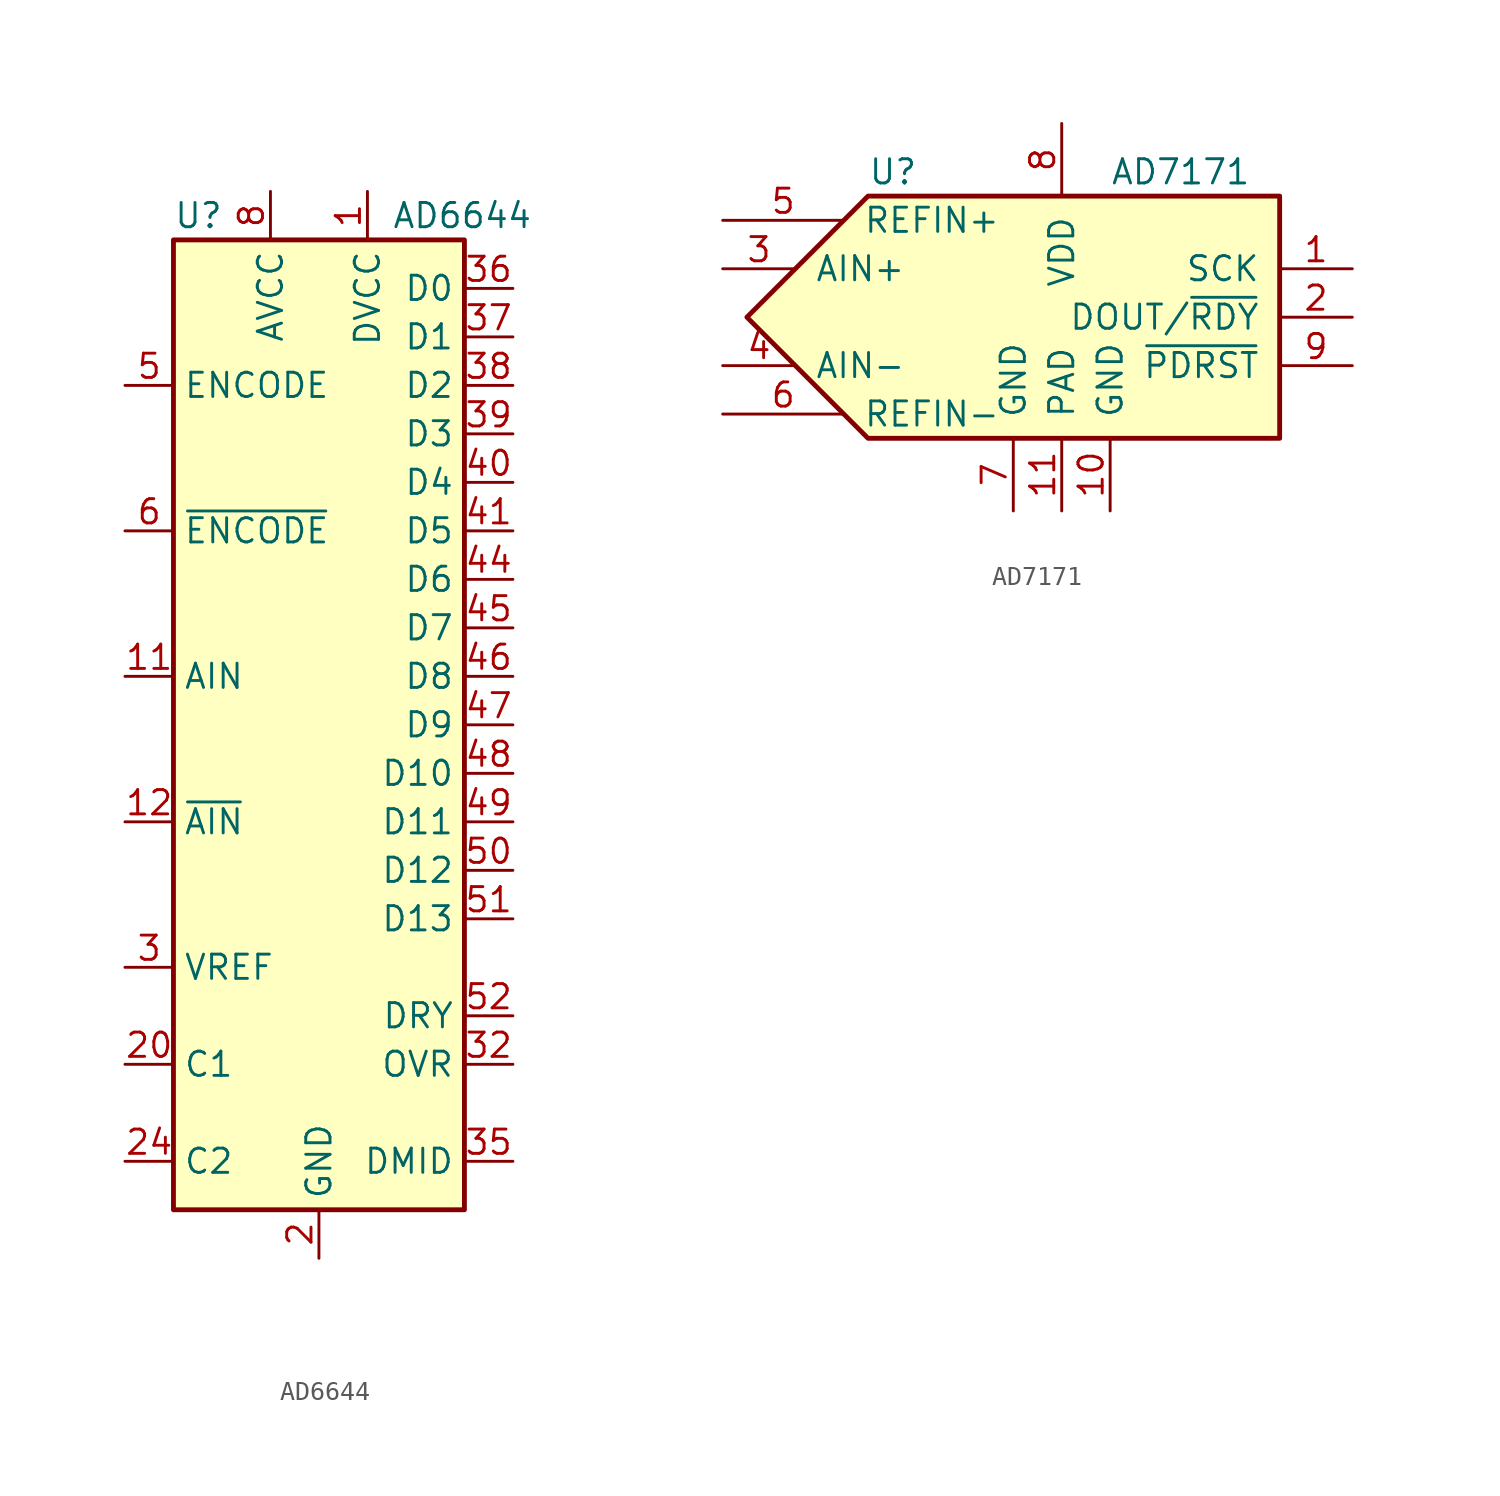
<source format=kicad_sym>
(kicad_symbol_lib
  (version 20201005)
  (generator kicad_symbol_editor)
  (symbol "Analog_ADC:AD6644"
    (property "Reference" "U"
      (at -7.62 26.67 0)
      (effects (font (size 1.27 1.27)) (justify left)))
    (property "Value" "AD6644"
      (at 3.81 26.67 0)
      (effects (font (size 1.27 1.27)) (justify left)))
    (symbol "AD6644_0_1"
      (rectangle (start -7.62 25.4) (end 7.62 -25.4) (stroke (width 0.254)) (fill (type background))))
    (symbol "AD6644_1_1"
      (pin power_in line (at 2.54 27.94 270) (length 2.54) (name "DVCC" (effects (font (size 1.27 1.27)))) (number "1" (effects (font (size 1.27 1.27)))))
      (pin passive line (at 0 -27.94 90) (length 2.54) hide (name "GND" (effects (font (size 1.27 1.27)))) (number "10" (effects (font (size 1.27 1.27)))))
      (pin input line (at -10.16 2.54 0) (length 2.54) (name "AIN" (effects (font (size 1.27 1.27)))) (number "11" (effects (font (size 1.27 1.27)))))
      (pin input line (at -10.16 -5.08 0) (length 2.54) (name "~AIN" (effects (font (size 1.27 1.27)))) (number "12" (effects (font (size 1.27 1.27)))))
      (pin passive line (at 0 -27.94 90) (length 2.54) hide (name "GND" (effects (font (size 1.27 1.27)))) (number "13" (effects (font (size 1.27 1.27)))))
      (pin passive line (at -2.54 27.94 270) (length 2.54) hide (name "AVCC" (effects (font (size 1.27 1.27)))) (number "14" (effects (font (size 1.27 1.27)))))
      (pin passive line (at 0 -27.94 90) (length 2.54) hide (name "GND" (effects (font (size 1.27 1.27)))) (number "15" (effects (font (size 1.27 1.27)))))
      (pin passive line (at -2.54 27.94 270) (length 2.54) hide (name "AVCC" (effects (font (size 1.27 1.27)))) (number "16" (effects (font (size 1.27 1.27)))))
      (pin passive line (at 0 -27.94 90) (length 2.54) hide (name "GND" (effects (font (size 1.27 1.27)))) (number "17" (effects (font (size 1.27 1.27)))))
      (pin passive line (at -2.54 27.94 270) (length 2.54) hide (name "AVCC" (effects (font (size 1.27 1.27)))) (number "18" (effects (font (size 1.27 1.27)))))
      (pin passive line (at 0 -27.94 90) (length 2.54) hide (name "GND" (effects (font (size 1.27 1.27)))) (number "19" (effects (font (size 1.27 1.27)))))
      (pin power_in line (at 0 -27.94 90) (length 2.54) (name "GND" (effects (font (size 1.27 1.27)))) (number "2" (effects (font (size 1.27 1.27)))))
      (pin passive line (at -10.16 -17.78 0) (length 2.54) (name "C1" (effects (font (size 1.27 1.27)))) (number "20" (effects (font (size 1.27 1.27)))))
      (pin passive line (at 0 -27.94 90) (length 2.54) hide (name "GND" (effects (font (size 1.27 1.27)))) (number "21" (effects (font (size 1.27 1.27)))))
      (pin passive line (at -2.54 27.94 270) (length 2.54) hide (name "AVCC" (effects (font (size 1.27 1.27)))) (number "22" (effects (font (size 1.27 1.27)))))
      (pin passive line (at 0 -27.94 90) (length 2.54) hide (name "GND" (effects (font (size 1.27 1.27)))) (number "23" (effects (font (size 1.27 1.27)))))
      (pin passive line (at -10.16 -22.86 0) (length 2.54) (name "C2" (effects (font (size 1.27 1.27)))) (number "24" (effects (font (size 1.27 1.27)))))
      (pin passive line (at 0 -27.94 90) (length 2.54) hide (name "GND" (effects (font (size 1.27 1.27)))) (number "25" (effects (font (size 1.27 1.27)))))
      (pin passive line (at -2.54 27.94 270) (length 2.54) hide (name "AVCC" (effects (font (size 1.27 1.27)))) (number "26" (effects (font (size 1.27 1.27)))))
      (pin passive line (at 0 -27.94 90) (length 2.54) hide (name "GND" (effects (font (size 1.27 1.27)))) (number "27" (effects (font (size 1.27 1.27)))))
      (pin passive line (at -2.54 27.94 270) (length 2.54) hide (name "AVCC" (effects (font (size 1.27 1.27)))) (number "28" (effects (font (size 1.27 1.27)))))
      (pin passive line (at 0 -27.94 90) (length 2.54) hide (name "GND" (effects (font (size 1.27 1.27)))) (number "29" (effects (font (size 1.27 1.27)))))
      (pin passive line (at -10.16 -12.7 0) (length 2.54) (name "VREF" (effects (font (size 1.27 1.27)))) (number "3" (effects (font (size 1.27 1.27)))))
      (pin passive line (at -2.54 27.94 270) (length 2.54) hide (name "AVCC" (effects (font (size 1.27 1.27)))) (number "30" (effects (font (size 1.27 1.27)))))
      (pin no_connect line (at 7.62 -12.7 180) (length 2.54) hide (name "DNC" (effects (font (size 1.27 1.27)))) (number "31" (effects (font (size 1.27 1.27)))))
      (pin output line (at 10.16 -17.78 180) (length 2.54) (name "OVR" (effects (font (size 1.27 1.27)))) (number "32" (effects (font (size 1.27 1.27)))))
      (pin passive line (at 2.54 27.94 270) (length 2.54) hide (name "DVCC" (effects (font (size 1.27 1.27)))) (number "33" (effects (font (size 1.27 1.27)))))
      (pin passive line (at 0 -27.94 90) (length 2.54) hide (name "GND" (effects (font (size 1.27 1.27)))) (number "34" (effects (font (size 1.27 1.27)))))
      (pin output line (at 10.16 -22.86 180) (length 2.54) (name "DMID" (effects (font (size 1.27 1.27)))) (number "35" (effects (font (size 1.27 1.27)))))
      (pin output line (at 10.16 22.86 180) (length 2.54) (name "D0" (effects (font (size 1.27 1.27)))) (number "36" (effects (font (size 1.27 1.27)))))
      (pin output line (at 10.16 20.32 180) (length 2.54) (name "D1" (effects (font (size 1.27 1.27)))) (number "37" (effects (font (size 1.27 1.27)))))
      (pin output line (at 10.16 17.78 180) (length 2.54) (name "D2" (effects (font (size 1.27 1.27)))) (number "38" (effects (font (size 1.27 1.27)))))
      (pin output line (at 10.16 15.24 180) (length 2.54) (name "D3" (effects (font (size 1.27 1.27)))) (number "39" (effects (font (size 1.27 1.27)))))
      (pin passive line (at 0 -27.94 90) (length 2.54) hide (name "GND" (effects (font (size 1.27 1.27)))) (number "4" (effects (font (size 1.27 1.27)))))
      (pin output line (at 10.16 12.7 180) (length 2.54) (name "D4" (effects (font (size 1.27 1.27)))) (number "40" (effects (font (size 1.27 1.27)))))
      (pin output line (at 10.16 10.16 180) (length 2.54) (name "D5" (effects (font (size 1.27 1.27)))) (number "41" (effects (font (size 1.27 1.27)))))
      (pin passive line (at 0 -27.94 90) (length 2.54) hide (name "GND" (effects (font (size 1.27 1.27)))) (number "42" (effects (font (size 1.27 1.27)))))
      (pin passive line (at 2.54 27.94 270) (length 2.54) hide (name "DVCC" (effects (font (size 1.27 1.27)))) (number "43" (effects (font (size 1.27 1.27)))))
      (pin output line (at 10.16 7.62 180) (length 2.54) (name "D6" (effects (font (size 1.27 1.27)))) (number "44" (effects (font (size 1.27 1.27)))))
      (pin output line (at 10.16 5.08 180) (length 2.54) (name "D7" (effects (font (size 1.27 1.27)))) (number "45" (effects (font (size 1.27 1.27)))))
      (pin output line (at 10.16 2.54 180) (length 2.54) (name "D8" (effects (font (size 1.27 1.27)))) (number "46" (effects (font (size 1.27 1.27)))))
      (pin output line (at 10.16 0 180) (length 2.54) (name "D9" (effects (font (size 1.27 1.27)))) (number "47" (effects (font (size 1.27 1.27)))))
      (pin output line (at 10.16 -2.54 180) (length 2.54) (name "D10" (effects (font (size 1.27 1.27)))) (number "48" (effects (font (size 1.27 1.27)))))
      (pin output line (at 10.16 -5.08 180) (length 2.54) (name "D11" (effects (font (size 1.27 1.27)))) (number "49" (effects (font (size 1.27 1.27)))))
      (pin input line (at -10.16 17.78 0) (length 2.54) (name "ENCODE" (effects (font (size 1.27 1.27)))) (number "5" (effects (font (size 1.27 1.27)))))
      (pin output line (at 10.16 -7.62 180) (length 2.54) (name "D12" (effects (font (size 1.27 1.27)))) (number "50" (effects (font (size 1.27 1.27)))))
      (pin output line (at 10.16 -10.16 180) (length 2.54) (name "D13" (effects (font (size 1.27 1.27)))) (number "51" (effects (font (size 1.27 1.27)))))
      (pin output line (at 10.16 -15.24 180) (length 2.54) (name "DRY" (effects (font (size 1.27 1.27)))) (number "52" (effects (font (size 1.27 1.27)))))
      (pin passive line (at 0 -27.94 90) (length 2.54) hide (name "GND" (effects (font (size 1.27 1.27)))) (number "53" (effects (font (size 1.27 1.27)))))
      (pin input line (at -10.16 10.16 0) (length 2.54) (name "~ENCODE" (effects (font (size 1.27 1.27)))) (number "6" (effects (font (size 1.27 1.27)))))
      (pin passive line (at 0 -27.94 90) (length 2.54) hide (name "GND" (effects (font (size 1.27 1.27)))) (number "7" (effects (font (size 1.27 1.27)))))
      (pin power_in line (at -2.54 27.94 270) (length 2.54) (name "AVCC" (effects (font (size 1.27 1.27)))) (number "8" (effects (font (size 1.27 1.27)))))
      (pin passive line (at -2.54 27.94 270) (length 2.54) hide (name "AVCC" (effects (font (size 1.27 1.27)))) (number "9" (effects (font (size 1.27 1.27)))))))
  (symbol "Analog_ADC:AD7171"
    (pin_names
      (offset 1.016))
    (property "Reference" "U"
      (at -10.16 7.62 0)
      (effects (font (size 1.27 1.27)) (justify left)))
    (property "Value" "AD7171"
      (at 2.54 7.62 0)
      (effects (font (size 1.27 1.27)) (justify left)))
    (symbol "AD7171_0_1"
      (polyline (pts (xy 11.43 6.35) (xy -10.16 6.35) (xy -16.51 0) (xy -10.16 -6.35) (xy 11.43 -6.35) (xy 11.43 6.35)) (stroke (width 0.254)) (fill (type background))))
    (symbol "AD7171_1_1"
      (pin input line (at 15.24 2.54 180) (length 3.81) (name "SCK" (effects (font (size 1.27 1.27)))) (number "1" (effects (font (size 1.27 1.27)))))
      (pin power_in line (at 2.54 -10.16 90) (length 3.81) (name "GND" (effects (font (size 1.27 1.27)))) (number "10" (effects (font (size 1.27 1.27)))))
      (pin power_in line (at 0 -10.16 90) (length 3.81) (name "PAD" (effects (font (size 1.27 1.27)))) (number "11" (effects (font (size 1.27 1.27)))))
      (pin tri_state line (at 15.24 0 180) (length 3.81) (name "DOUT/~RDY~" (effects (font (size 1.27 1.27)))) (number "2" (effects (font (size 1.27 1.27)))))
      (pin passive line (at -17.78 2.54 0) (length 3.81) (name "AIN+" (effects (font (size 1.27 1.27)))) (number "3" (effects (font (size 1.27 1.27)))))
      (pin passive line (at -17.78 -2.54 0) (length 3.81) (name "AIN-" (effects (font (size 1.27 1.27)))) (number "4" (effects (font (size 1.27 1.27)))))
      (pin passive line (at -17.78 5.08 0) (length 6.35) (name "REFIN+" (effects (font (size 1.27 1.27)))) (number "5" (effects (font (size 1.27 1.27)))))
      (pin passive line (at -17.78 -5.08 0) (length 6.35) (name "REFIN-" (effects (font (size 1.27 1.27)))) (number "6" (effects (font (size 1.27 1.27)))))
      (pin power_in line (at -2.54 -10.16 90) (length 3.81) (name "GND" (effects (font (size 1.27 1.27)))) (number "7" (effects (font (size 1.27 1.27)))))
      (pin power_in line (at 0 10.16 270) (length 3.81) (name "VDD" (effects (font (size 1.27 1.27)))) (number "8" (effects (font (size 1.27 1.27)))))
      (pin input line (at 15.24 -2.54 180) (length 3.81) (name "~PDRST" (effects (font (size 1.27 1.27)))) (number "9" (effects (font (size 1.27 1.27))))))))
</source>
